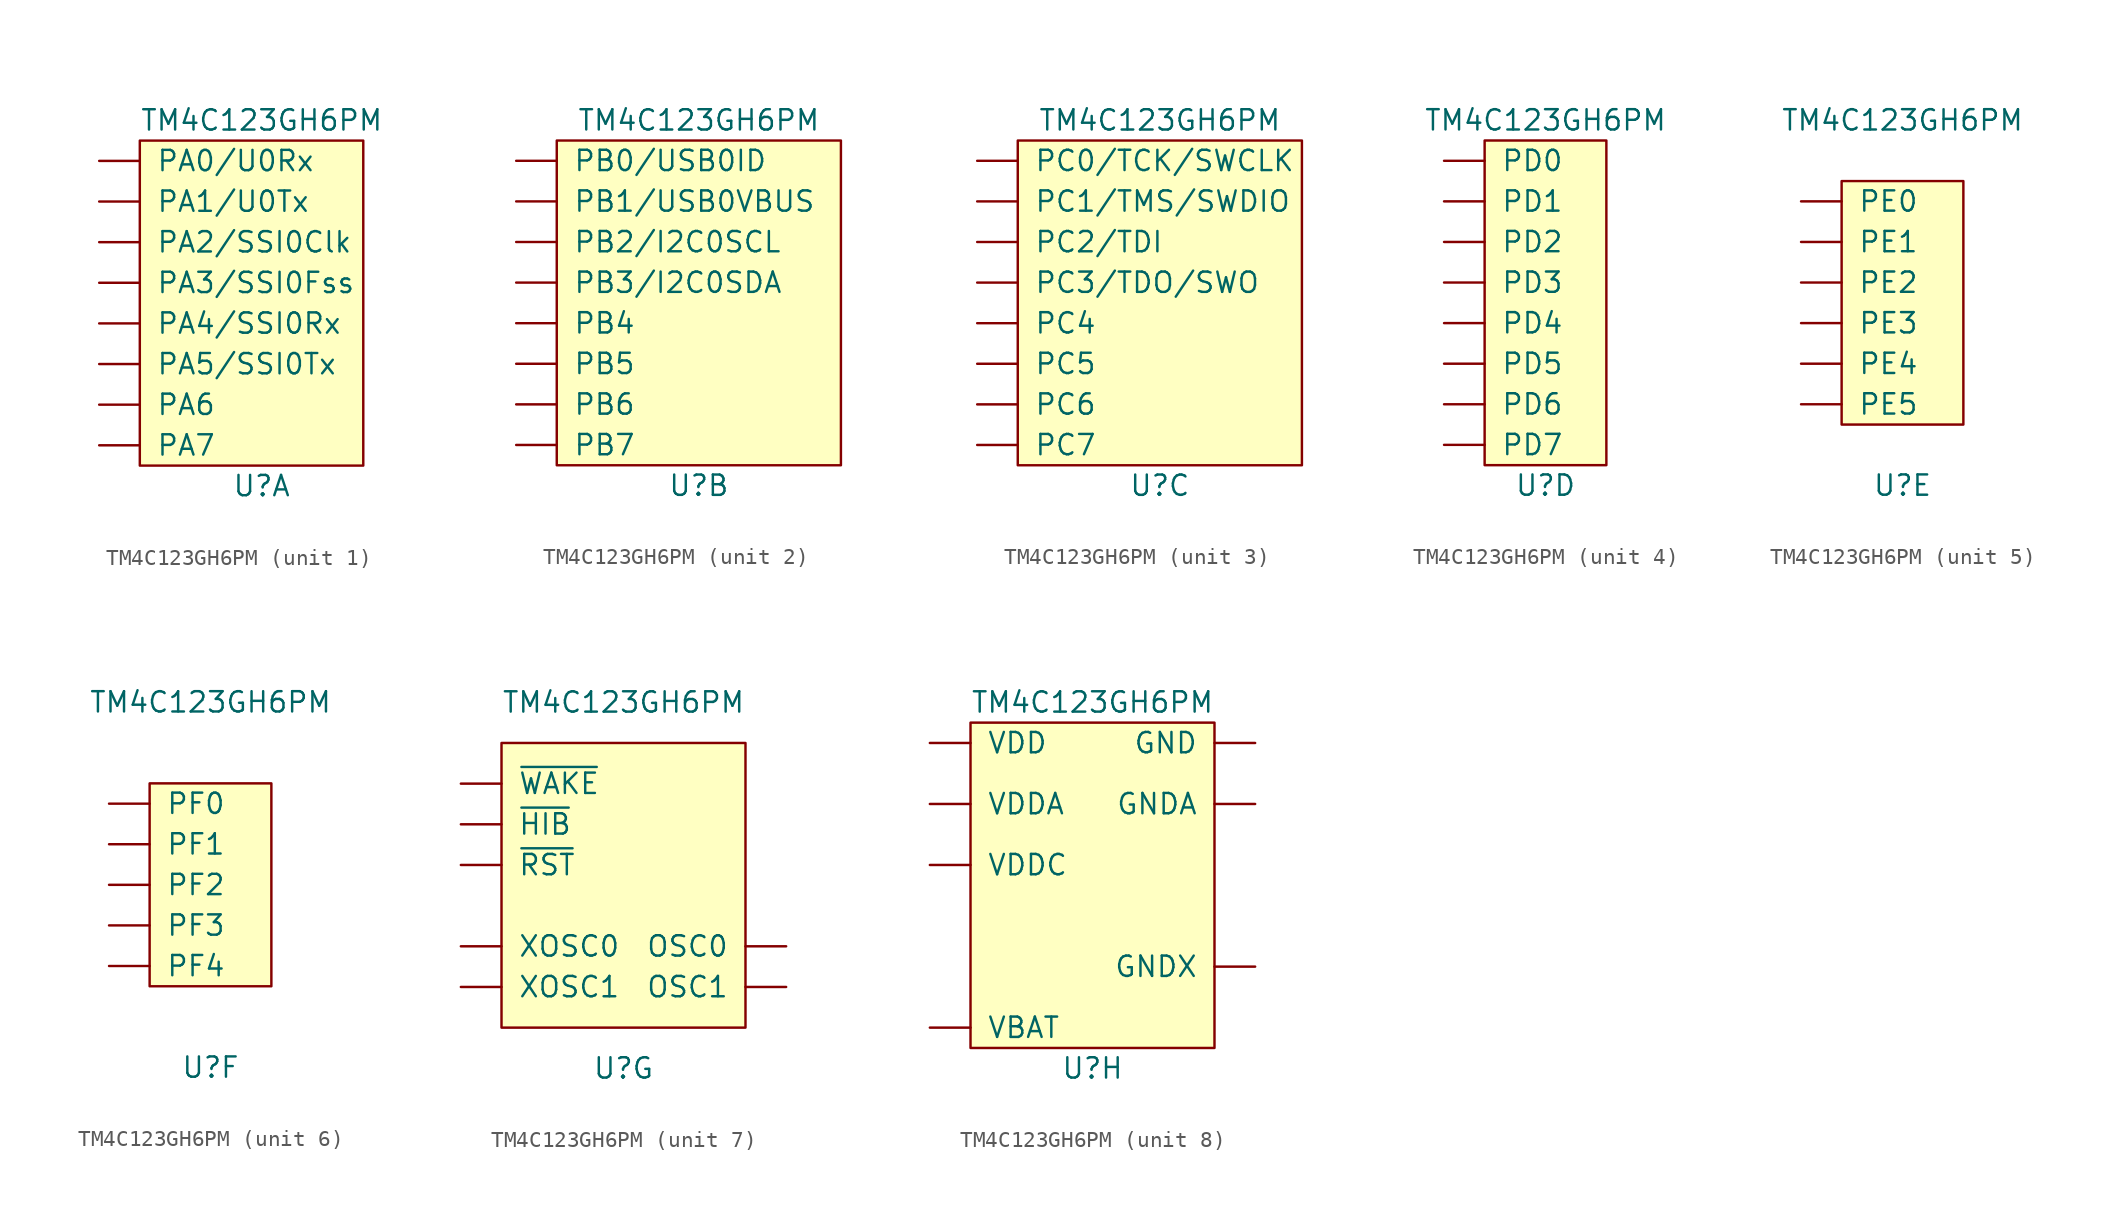
<source format=kicad_sym>
(kicad_symbol_lib
  (version 20211014)
  (generator kicad_symbol_editor)
  (symbol "TM4C123GH6PM"
    (pin_numbers hide)
    (pin_names
      (offset 1.016))
    (property "Reference" "U"
      (at 0 -11.43 0)
      (effects (font (size 1.27 1.27))))
    (property "Value" "TM4C123GH6PM"
      (at 0 11.43 0)
      (effects (font (size 1.27 1.27))))
    (property "ki_locked" ""
      (at 0 0 0)
      (effects (font (size 1.27 1.27))))
    (symbol "TM4C123GH6PM_1_1"
      (rectangle (start -7.62 10.16) (end 6.35 -10.16) (stroke (width 0) (type default) (color 0 0 0 0)) (fill (type background)))
      (pin bidirectional line (at -10.16 8.89 0) (length 2.54) (name "PA0/U0Rx" (effects (font (size 1.27 1.27)))) (number "17" (effects (font (size 1.27 1.27)))))
      (pin bidirectional line (at -10.16 6.35 0) (length 2.54) (name "PA1/U0Tx" (effects (font (size 1.27 1.27)))) (number "18" (effects (font (size 1.27 1.27)))))
      (pin bidirectional line (at -10.16 3.81 0) (length 2.54) (name "PA2/SSI0Clk" (effects (font (size 1.27 1.27)))) (number "19" (effects (font (size 1.27 1.27)))))
      (pin bidirectional line (at -10.16 1.27 0) (length 2.54) (name "PA3/SSI0Fss" (effects (font (size 1.27 1.27)))) (number "20" (effects (font (size 1.27 1.27)))))
      (pin bidirectional line (at -10.16 -1.27 0) (length 2.54) (name "PA4/SSI0Rx" (effects (font (size 1.27 1.27)))) (number "21" (effects (font (size 1.27 1.27)))))
      (pin bidirectional line (at -10.16 -3.81 0) (length 2.54) (name "PA5/SSI0Tx" (effects (font (size 1.27 1.27)))) (number "22" (effects (font (size 1.27 1.27)))))
      (pin bidirectional line (at -10.16 -6.35 0) (length 2.54) (name "PA6" (effects (font (size 1.27 1.27)))) (number "23" (effects (font (size 1.27 1.27)))))
      (pin bidirectional line (at -10.16 -8.89 0) (length 2.54) (name "PA7" (effects (font (size 1.27 1.27)))) (number "24" (effects (font (size 1.27 1.27))))))
    (symbol "TM4C123GH6PM_2_1"
      (rectangle (start -8.89 10.16) (end 8.89 -10.16) (stroke (width 0) (type default) (color 0 0 0 0)) (fill (type background)))
      (pin bidirectional line (at -11.43 -6.35 0) (length 2.54) (name "PB6" (effects (font (size 1.27 1.27)))) (number "1" (effects (font (size 1.27 1.27)))))
      (pin bidirectional line (at -11.43 -8.89 0) (length 2.54) (name "PB7" (effects (font (size 1.27 1.27)))) (number "4" (effects (font (size 1.27 1.27)))))
      (pin bidirectional line (at -11.43 8.89 0) (length 2.54) (name "PB0/USB0ID" (effects (font (size 1.27 1.27)))) (number "45" (effects (font (size 1.27 1.27)))))
      (pin input line (at -11.43 6.35 0) (length 2.54) (name "PB1/USB0VBUS" (effects (font (size 1.27 1.27)))) (number "46" (effects (font (size 1.27 1.27)))))
      (pin bidirectional line (at -11.43 3.81 0) (length 2.54) (name "PB2/I2C0SCL" (effects (font (size 1.27 1.27)))) (number "47" (effects (font (size 1.27 1.27)))))
      (pin bidirectional line (at -11.43 1.27 0) (length 2.54) (name "PB3/I2C0SDA" (effects (font (size 1.27 1.27)))) (number "48" (effects (font (size 1.27 1.27)))))
      (pin bidirectional line (at -11.43 -3.81 0) (length 2.54) (name "PB5" (effects (font (size 1.27 1.27)))) (number "57" (effects (font (size 1.27 1.27)))))
      (pin bidirectional line (at -11.43 -1.27 0) (length 2.54) (name "PB4" (effects (font (size 1.27 1.27)))) (number "58" (effects (font (size 1.27 1.27))))))
    (symbol "TM4C123GH6PM_3_1"
      (rectangle (start -8.89 10.16) (end 8.89 -10.16) (stroke (width 0) (type default) (color 0 0 0 0)) (fill (type background)))
      (pin bidirectional line (at -11.43 -8.89 0) (length 2.54) (name "PC7" (effects (font (size 1.27 1.27)))) (number "13" (effects (font (size 1.27 1.27)))))
      (pin bidirectional line (at -11.43 -6.35 0) (length 2.54) (name "PC6" (effects (font (size 1.27 1.27)))) (number "14" (effects (font (size 1.27 1.27)))))
      (pin bidirectional line (at -11.43 -3.81 0) (length 2.54) (name "PC5" (effects (font (size 1.27 1.27)))) (number "15" (effects (font (size 1.27 1.27)))))
      (pin bidirectional line (at -11.43 -1.27 0) (length 2.54) (name "PC4" (effects (font (size 1.27 1.27)))) (number "16" (effects (font (size 1.27 1.27)))))
      (pin bidirectional line (at -11.43 1.27 0) (length 2.54) (name "PC3/TDO/SWO" (effects (font (size 1.27 1.27)))) (number "49" (effects (font (size 1.27 1.27)))))
      (pin bidirectional line (at -11.43 3.81 0) (length 2.54) (name "PC2/TDI" (effects (font (size 1.27 1.27)))) (number "50" (effects (font (size 1.27 1.27)))))
      (pin bidirectional line (at -11.43 6.35 0) (length 2.54) (name "PC1/TMS/SWDIO" (effects (font (size 1.27 1.27)))) (number "51" (effects (font (size 1.27 1.27)))))
      (pin bidirectional line (at -11.43 8.89 0) (length 2.54) (name "PC0/TCK/SWCLK" (effects (font (size 1.27 1.27)))) (number "52" (effects (font (size 1.27 1.27))))))
    (symbol "TM4C123GH6PM_4_1"
      (rectangle (start -3.81 10.16) (end 3.81 -10.16) (stroke (width 0) (type default) (color 0 0 0 0)) (fill (type background)))
      (pin bidirectional line (at -6.35 -8.89 0) (length 2.54) (name "PD7" (effects (font (size 1.27 1.27)))) (number "10" (effects (font (size 1.27 1.27)))))
      (pin bidirectional line (at -6.35 -1.27 0) (length 2.54) (name "PD4" (effects (font (size 1.27 1.27)))) (number "43" (effects (font (size 1.27 1.27)))))
      (pin bidirectional line (at -6.35 -3.81 0) (length 2.54) (name "PD5" (effects (font (size 1.27 1.27)))) (number "44" (effects (font (size 1.27 1.27)))))
      (pin bidirectional line (at -6.35 -6.35 0) (length 2.54) (name "PD6" (effects (font (size 1.27 1.27)))) (number "53" (effects (font (size 1.27 1.27)))))
      (pin bidirectional line (at -6.35 8.89 0) (length 2.54) (name "PD0" (effects (font (size 1.27 1.27)))) (number "61" (effects (font (size 1.27 1.27)))))
      (pin bidirectional line (at -6.35 6.35 0) (length 2.54) (name "PD1" (effects (font (size 1.27 1.27)))) (number "62" (effects (font (size 1.27 1.27)))))
      (pin bidirectional line (at -6.35 3.81 0) (length 2.54) (name "PD2" (effects (font (size 1.27 1.27)))) (number "63" (effects (font (size 1.27 1.27)))))
      (pin bidirectional line (at -6.35 1.27 0) (length 2.54) (name "PD3" (effects (font (size 1.27 1.27)))) (number "64" (effects (font (size 1.27 1.27))))))
    (symbol "TM4C123GH6PM_5_1"
      (rectangle (start -3.81 7.62) (end 3.81 -7.62) (stroke (width 0) (type default) (color 0 0 0 0)) (fill (type background)))
      (pin bidirectional line (at -6.35 -3.81 0) (length 2.54) (name "PE4" (effects (font (size 1.27 1.27)))) (number "59" (effects (font (size 1.27 1.27)))))
      (pin bidirectional line (at -6.35 -1.27 0) (length 2.54) (name "PE3" (effects (font (size 1.27 1.27)))) (number "6" (effects (font (size 1.27 1.27)))))
      (pin bidirectional line (at -6.35 -6.35 0) (length 2.54) (name "PE5" (effects (font (size 1.27 1.27)))) (number "60" (effects (font (size 1.27 1.27)))))
      (pin bidirectional line (at -6.35 1.27 0) (length 2.54) (name "PE2" (effects (font (size 1.27 1.27)))) (number "7" (effects (font (size 1.27 1.27)))))
      (pin bidirectional line (at -6.35 3.81 0) (length 2.54) (name "PE1" (effects (font (size 1.27 1.27)))) (number "8" (effects (font (size 1.27 1.27)))))
      (pin bidirectional line (at -6.35 6.35 0) (length 2.54) (name "PE0" (effects (font (size 1.27 1.27)))) (number "9" (effects (font (size 1.27 1.27))))))
    (symbol "TM4C123GH6PM_6_1"
      (rectangle (start -3.81 6.35) (end 3.81 -6.35) (stroke (width 0) (type default) (color 0 0 0 0)) (fill (type background)))
      (pin bidirectional line (at -6.35 5.08 0) (length 2.54) (name "PF0" (effects (font (size 1.27 1.27)))) (number "28" (effects (font (size 1.27 1.27)))))
      (pin bidirectional line (at -6.35 2.54 0) (length 2.54) (name "PF1" (effects (font (size 1.27 1.27)))) (number "29" (effects (font (size 1.27 1.27)))))
      (pin bidirectional line (at -6.35 0 0) (length 2.54) (name "PF2" (effects (font (size 1.27 1.27)))) (number "30" (effects (font (size 1.27 1.27)))))
      (pin bidirectional line (at -6.35 -2.54 0) (length 2.54) (name "PF3" (effects (font (size 1.27 1.27)))) (number "31" (effects (font (size 1.27 1.27)))))
      (pin bidirectional line (at -6.35 -5.08 0) (length 2.54) (name "PF4" (effects (font (size 1.27 1.27)))) (number "5" (effects (font (size 1.27 1.27))))))
    (symbol "TM4C123GH6PM_7_1"
      (rectangle (start -7.62 8.89) (end 7.62 -8.89) (stroke (width 0) (type default) (color 0 0 0 0)) (fill (type background)))
      (pin input line (at -10.16 6.35 0) (length 2.54) (name "~{WAKE}" (effects (font (size 1.27 1.27)))) (number "32" (effects (font (size 1.27 1.27)))))
      (pin input line (at -10.16 3.81 0) (length 2.54) (name "~{HIB}" (effects (font (size 1.27 1.27)))) (number "33" (effects (font (size 1.27 1.27)))))
      (pin passive line (at -10.16 -3.81 0) (length 2.54) (name "XOSC0" (effects (font (size 1.27 1.27)))) (number "34" (effects (font (size 1.27 1.27)))))
      (pin passive line (at -10.16 -6.35 0) (length 2.54) (name "XOSC1" (effects (font (size 1.27 1.27)))) (number "36" (effects (font (size 1.27 1.27)))))
      (pin input line (at -10.16 1.27 0) (length 2.54) (name "~{RST}" (effects (font (size 1.27 1.27)))) (number "38" (effects (font (size 1.27 1.27)))))
      (pin passive line (at 10.16 -3.81 180) (length 2.54) (name "OSC0" (effects (font (size 1.27 1.27)))) (number "40" (effects (font (size 1.27 1.27)))))
      (pin passive line (at 10.16 -6.35 180) (length 2.54) (name "OSC1" (effects (font (size 1.27 1.27)))) (number "41" (effects (font (size 1.27 1.27))))))
    (symbol "TM4C123GH6PM_8_1"
      (rectangle (start -7.62 10.16) (end 7.62 -10.16) (stroke (width 0) (type default) (color 0 0 0 0)) (fill (type background)))
      (pin power_in line (at -10.16 8.89 0) (length 2.54) (name "VDD" (effects (font (size 1.27 1.27)))) (number "11" (effects (font (size 1.27 1.27)))))
      (pin passive line (at 10.16 8.89 180) (length 2.54) (name "GND" (effects (font (size 1.27 1.27)))) (number "12" (effects (font (size 1.27 1.27)))))
      (pin power_in line (at -10.16 5.08 0) (length 2.54) (name "VDDA" (effects (font (size 1.27 1.27)))) (number "2" (effects (font (size 1.27 1.27)))))
      (pin power_out line (at -10.16 1.27 0) (length 2.54) (name "VDDC" (effects (font (size 1.27 1.27)))) (number "25" (effects (font (size 1.27 1.27)))))
      (pin passive line (at -10.16 8.89 0) (length 2.54) hide (name "VDD" (effects (font (size 1.27 1.27)))) (number "26" (effects (font (size 1.27 1.27)))))
      (pin passive line (at 10.16 8.89 180) (length 2.54) hide (name "GND" (effects (font (size 1.27 1.27)))) (number "27" (effects (font (size 1.27 1.27)))))
      (pin passive line (at 10.16 5.08 180) (length 2.54) (name "GNDA" (effects (font (size 1.27 1.27)))) (number "3" (effects (font (size 1.27 1.27)))))
      (pin passive line (at 10.16 -5.08 180) (length 2.54) (name "GNDX" (effects (font (size 1.27 1.27)))) (number "35" (effects (font (size 1.27 1.27)))))
      (pin power_in line (at -10.16 -8.89 0) (length 2.54) (name "VBAT" (effects (font (size 1.27 1.27)))) (number "37" (effects (font (size 1.27 1.27)))))
      (pin passive line (at 10.16 8.89 180) (length 2.54) hide (name "GND" (effects (font (size 1.27 1.27)))) (number "39" (effects (font (size 1.27 1.27)))))
      (pin passive line (at -10.16 8.89 0) (length 2.54) hide (name "VDD" (effects (font (size 1.27 1.27)))) (number "42" (effects (font (size 1.27 1.27)))))
      (pin passive line (at -10.16 8.89 0) (length 2.54) hide (name "VDD" (effects (font (size 1.27 1.27)))) (number "54" (effects (font (size 1.27 1.27)))))
      (pin passive line (at 10.16 8.89 180) (length 2.54) hide (name "GND" (effects (font (size 1.27 1.27)))) (number "55" (effects (font (size 1.27 1.27)))))
      (pin power_in line (at -10.16 1.27 0) (length 2.54) hide (name "VDDC" (effects (font (size 1.27 1.27)))) (number "56" (effects (font (size 1.27 1.27))))))))
</source>
